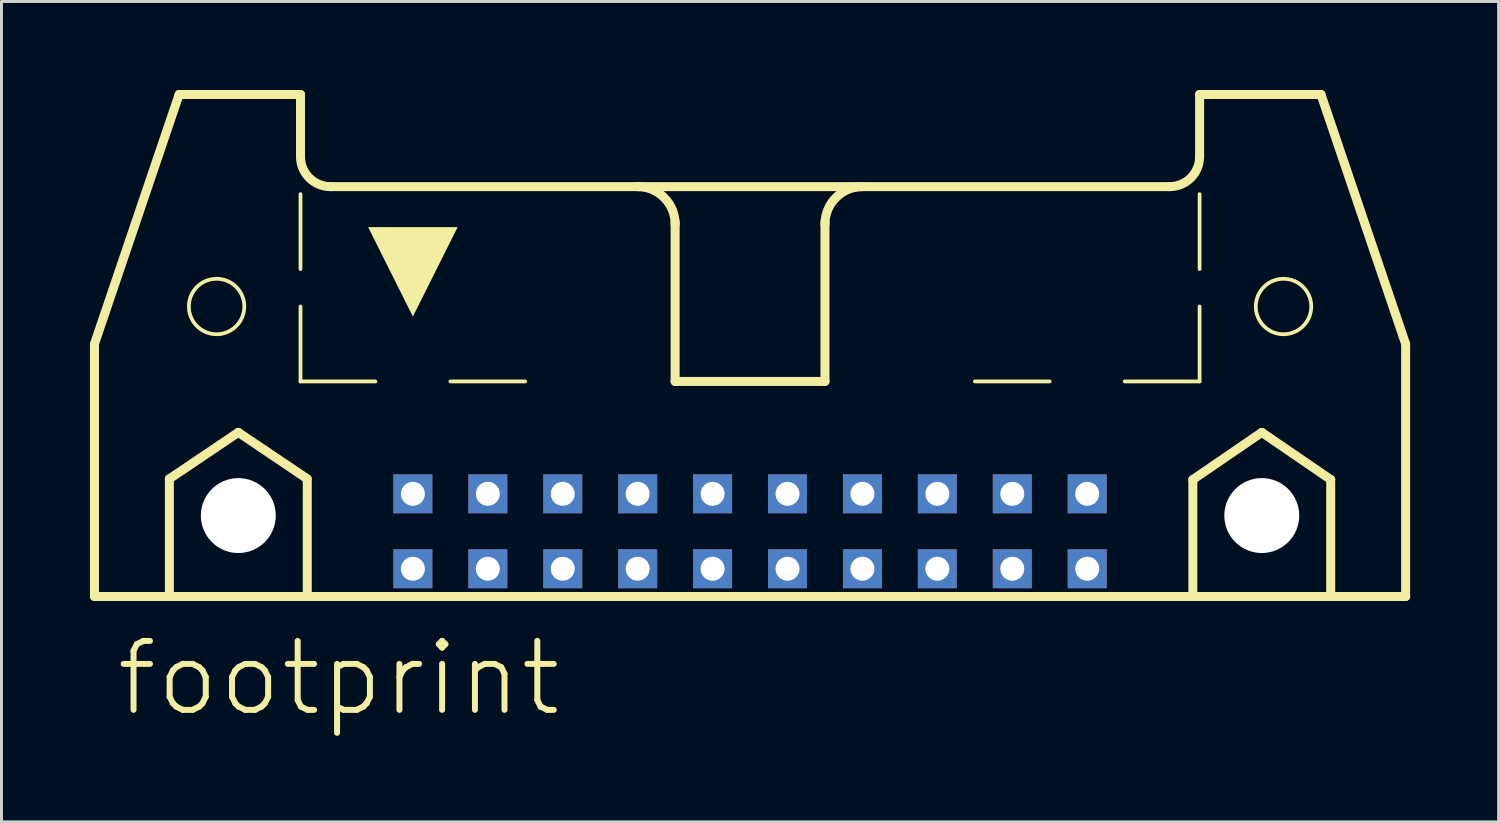
<source format=kicad_pcb>
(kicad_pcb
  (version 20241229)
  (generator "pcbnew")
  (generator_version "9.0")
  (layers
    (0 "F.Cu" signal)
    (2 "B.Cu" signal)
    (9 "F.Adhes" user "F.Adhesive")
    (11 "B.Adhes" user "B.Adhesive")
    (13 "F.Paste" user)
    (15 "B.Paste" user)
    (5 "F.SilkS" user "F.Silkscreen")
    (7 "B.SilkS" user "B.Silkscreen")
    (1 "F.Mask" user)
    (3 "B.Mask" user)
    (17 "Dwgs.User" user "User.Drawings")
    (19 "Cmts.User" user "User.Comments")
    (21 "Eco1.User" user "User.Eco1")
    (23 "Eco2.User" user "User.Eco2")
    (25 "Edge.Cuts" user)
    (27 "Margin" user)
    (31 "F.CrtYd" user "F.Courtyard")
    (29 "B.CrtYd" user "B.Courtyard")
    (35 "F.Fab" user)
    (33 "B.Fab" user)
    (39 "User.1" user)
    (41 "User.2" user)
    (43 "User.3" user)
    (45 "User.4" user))
  (footprint "footprint"
    (layer "F.Cu")
    (at 22.377 11.151)
    (property "Reference" "footprint" (at -21.59 10.16 0) (layer "F.SilkS") (effects (font (size 2.337 2.337) (thickness 0.203)) (justify left bottom)))
    (fp_line (start -22.225 -2.54) (end -22.225 6.02) (stroke (width 0.305) (type solid)) (layer "F.SilkS"))
    (fp_line (start -22.225 -2.54) (end -19.355 -10.998) (stroke (width 0.305) (type solid)) (layer "F.SilkS"))
    (fp_line (start -22.225 6.02) (end -19.685 6.02) (stroke (width 0.305) (type solid)) (layer "F.SilkS"))
    (fp_line (start -19.685 2.032) (end -17.348 0.457) (stroke (width 0.305) (type solid)) (layer "F.SilkS"))
    (fp_line (start -19.685 6.02) (end -19.685 2.032) (stroke (width 0.305) (type solid)) (layer "F.SilkS"))
    (fp_line (start -19.685 6.02) (end -15.011 6.02) (stroke (width 0.305) (type solid)) (layer "F.SilkS"))
    (fp_line (start -17.348 0.457) (end -15.011 2.032) (stroke (width 0.305) (type solid)) (layer "F.SilkS"))
    (fp_line (start -15.24 -10.998) (end -19.355 -10.998) (stroke (width 0.305) (type solid)) (layer "F.SilkS"))
    (fp_line (start -15.24 -8.89) (end -15.24 -10.998) (stroke (width 0.305) (type solid)) (layer "F.SilkS"))
    (fp_line (start -15.24 -5.08) (end -15.24 -7.62) (stroke (width 0.127) (type solid)) (layer "F.SilkS"))
    (fp_line (start -15.24 -1.27) (end -15.24 -3.81) (stroke (width 0.127) (type solid)) (layer "F.SilkS"))
    (fp_line (start -15.24 -1.27) (end -12.7 -1.27) (stroke (width 0.127) (type solid)) (layer "F.SilkS"))
    (fp_line (start -15.011 2.032) (end -15.011 6.02) (stroke (width 0.305) (type solid)) (layer "F.SilkS"))
    (fp_line (start -15.011 6.02) (end 15.011 6.02) (stroke (width 0.305) (type solid)) (layer "F.SilkS"))
    (fp_line (start -10.16 -1.27) (end -7.62 -1.27) (stroke (width 0.127) (type solid)) (layer "F.SilkS"))
    (fp_line (start -3.81 -7.874) (end -14.224 -7.874) (stroke (width 0.305) (type solid)) (layer "F.SilkS"))
    (fp_line (start -3.81 -7.874) (end 14.224 -7.874) (stroke (width 0.305) (type solid)) (layer "F.SilkS"))
    (fp_line (start -2.54 -1.27) (end -2.54 -6.68) (stroke (width 0.305) (type solid)) (layer "F.SilkS"))
    (fp_line (start 0 -1.27) (end 2.54 -1.27) (stroke (width 0.127) (type solid)) (layer "F.SilkS"))
    (fp_line (start 2.54 -1.27) (end -2.54 -1.27) (stroke (width 0.305) (type solid)) (layer "F.SilkS"))
    (fp_line (start 2.54 -1.27) (end 2.54 -6.68) (stroke (width 0.305) (type solid)) (layer "F.SilkS"))
    (fp_line (start 10.16 -1.27) (end 7.62 -1.27) (stroke (width 0.127) (type solid)) (layer "F.SilkS"))
    (fp_line (start 15.011 2.057) (end 17.348 0.457) (stroke (width 0.305) (type solid)) (layer "F.SilkS"))
    (fp_line (start 15.011 6.02) (end 15.011 2.057) (stroke (width 0.305) (type solid)) (layer "F.SilkS"))
    (fp_line (start 15.011 6.02) (end 19.685 6.02) (stroke (width 0.305) (type solid)) (layer "F.SilkS"))
    (fp_line (start 15.24 -10.998) (end 19.355 -10.998) (stroke (width 0.305) (type solid)) (layer "F.SilkS"))
    (fp_line (start 15.24 -8.89) (end 15.24 -10.998) (stroke (width 0.305) (type solid)) (layer "F.SilkS"))
    (fp_line (start 15.24 -5.08) (end 15.24 -7.62) (stroke (width 0.127) (type solid)) (layer "F.SilkS"))
    (fp_line (start 15.24 -1.27) (end 12.7 -1.27) (stroke (width 0.127) (type solid)) (layer "F.SilkS"))
    (fp_line (start 15.24 -1.27) (end 15.24 -3.81) (stroke (width 0.127) (type solid)) (layer "F.SilkS"))
    (fp_line (start 17.348 0.457) (end 19.685 2.057) (stroke (width 0.305) (type solid)) (layer "F.SilkS"))
    (fp_line (start 19.685 2.057) (end 19.685 6.02) (stroke (width 0.305) (type solid)) (layer "F.SilkS"))
    (fp_line (start 19.685 6.02) (end 22.225 6.02) (stroke (width 0.305) (type solid)) (layer "F.SilkS"))
    (fp_line (start 22.225 -2.54) (end 19.355 -10.998) (stroke (width 0.305) (type solid)) (layer "F.SilkS"))
    (fp_line (start 22.225 6.02) (end 22.225 -2.54) (stroke (width 0.305) (type solid)) (layer "F.SilkS"))
    (fp_arc (start -14.224 -7.874) (mid -14.94242 -8.17158) (end -15.24 -8.89) (stroke (width 0.3048) (type solid)) (layer "F.SilkS"))
    (fp_arc (start -3.81 -7.874) (mid -2.911974 -7.502026) (end -2.54 -6.604) (stroke (width 0.3048) (type solid)) (layer "F.SilkS"))
    (fp_arc (start 2.54 -6.604) (mid 2.911974 -7.502026) (end 3.81 -7.874) (stroke (width 0.3048) (type solid)) (layer "F.SilkS"))
    (fp_arc (start 15.24 -8.89) (mid 14.94242 -8.17158) (end 14.224 -7.874) (stroke (width 0.3048) (type solid)) (layer "F.SilkS"))
    (fp_circle (center -18.085 -3.81) (end -17.145 -3.81) (stroke (width 0.127) (type solid)) (fill no) (layer "F.SilkS"))
    (fp_circle (center 18.085 -3.81) (end 19.025 -3.81) (stroke (width 0.127) (type solid)) (fill no) (layer "F.SilkS"))
    (fp_poly (pts (xy -11.43 -3.469) (xy -12.947 -6.502) (xy -9.913 -6.502)) (stroke (width 0) (type solid)) (fill yes) (layer "F.SilkS"))
    (pad "" np_thru_hole circle (at -17.348 3.277) (size 2.54 2.54) (drill 2.54) (layers "*.Cu" "*.Mask"))
    (pad "" np_thru_hole circle (at 17.348 3.277) (size 2.54 2.54) (drill 2.54) (layers "*.Cu" "*.Mask"))
    (pad "1" thru_hole rect (at -11.43 5.08) (size 1.321 1.321) (drill 0.813) (layers "*.Cu" "*.Mask"))
    (pad "2" thru_hole rect (at -11.43 2.54) (size 1.321 1.321) (drill 0.813) (layers "*.Cu" "*.Mask"))
    (pad "3" thru_hole rect (at -8.89 5.08) (size 1.321 1.321) (drill 0.813) (layers "*.Cu" "*.Mask"))
    (pad "4" thru_hole rect (at -8.89 2.54) (size 1.321 1.321) (drill 0.813) (layers "*.Cu" "*.Mask"))
    (pad "5" thru_hole rect (at -6.35 5.08) (size 1.321 1.321) (drill 0.813) (layers "*.Cu" "*.Mask"))
    (pad "6" thru_hole rect (at -6.35 2.54) (size 1.321 1.321) (drill 0.813) (layers "*.Cu" "*.Mask"))
    (pad "7" thru_hole rect (at -3.81 5.08) (size 1.321 1.321) (drill 0.813) (layers "*.Cu" "*.Mask"))
    (pad "8" thru_hole rect (at -3.81 2.54) (size 1.321 1.321) (drill 0.813) (layers "*.Cu" "*.Mask"))
    (pad "9" thru_hole rect (at -1.27 5.08) (size 1.321 1.321) (drill 0.813) (layers "*.Cu" "*.Mask"))
    (pad "10" thru_hole rect (at -1.27 2.54) (size 1.321 1.321) (drill 0.813) (layers "*.Cu" "*.Mask"))
    (pad "11" thru_hole rect (at 1.27 5.08) (size 1.321 1.321) (drill 0.813) (layers "*.Cu" "*.Mask"))
    (pad "12" thru_hole rect (at 1.27 2.54) (size 1.321 1.321) (drill 0.813) (layers "*.Cu" "*.Mask"))
    (pad "13" thru_hole rect (at 3.81 5.08) (size 1.321 1.321) (drill 0.813) (layers "*.Cu" "*.Mask"))
    (pad "14" thru_hole rect (at 3.81 2.54) (size 1.321 1.321) (drill 0.813) (layers "*.Cu" "*.Mask"))
    (pad "15" thru_hole rect (at 6.35 5.08) (size 1.321 1.321) (drill 0.813) (layers "*.Cu" "*.Mask"))
    (pad "16" thru_hole rect (at 6.35 2.54) (size 1.321 1.321) (drill 0.813) (layers "*.Cu" "*.Mask"))
    (pad "17" thru_hole rect (at 8.89 5.08) (size 1.321 1.321) (drill 0.813) (layers "*.Cu" "*.Mask"))
    (pad "18" thru_hole rect (at 8.89 2.54) (size 1.321 1.321) (drill 0.813) (layers "*.Cu" "*.Mask"))
    (pad "19" thru_hole rect (at 11.43 5.08) (size 1.321 1.321) (drill 0.813) (layers "*.Cu" "*.Mask"))
    (pad "20" thru_hole rect (at 11.43 2.54) (size 1.321 1.321) (drill 0.813) (layers "*.Cu" "*.Mask"))
    (zone (net_name "") (layer "B.Cu") (hatch edge 0.508) (connect_pads) (min_thickness 0.254) (filled_areas_thickness no) (keepout (tracks not_allowed) (vias not_allowed) (pads not_allowed) (copperpour not_allowed) (footprints allowed)) (placement (enabled no)) (fill) (polygon (pts (xy 7.595 14.427) (xy 7.556 13.982) (xy 7.44 13.55) (xy 7.251 13.145) (xy 6.994 12.778) (xy 6.678 12.462) (xy 6.312 12.205) (xy 5.907 12.017) (xy 5.475 11.901) (xy 5.029 11.862) (xy 4.584 11.901) (xy 4.152 12.017) (xy 3.747 12.205) (xy 3.38 12.462) (xy 3.064 12.778) (xy 2.807 13.145) (xy 2.619 13.55) (xy 2.503 13.982) (xy 2.464 14.427) (xy 2.503 14.873) (xy 2.619 15.305) (xy 2.807 15.71) (xy 3.064 16.076) (xy 3.38 16.392) (xy 3.747 16.649) (xy 4.152 16.838) (xy 4.584 16.954) (xy 5.029 16.993) (xy 5.475 16.954) (xy 5.907 16.838) (xy 6.312 16.649) (xy 6.678 16.392) (xy 6.994 16.076) (xy 7.251 15.71) (xy 7.44 15.305) (xy 7.556 14.873))) (polygon (pts (xy 6.325 14.427) (xy 6.305 14.202) (xy 6.246 13.984) (xy 6.151 13.78) (xy 6.022 13.595) (xy 5.862 13.435) (xy 5.677 13.305) (xy 5.472 13.21) (xy 5.254 13.151) (xy 5.029 13.132) (xy 4.804 13.151) (xy 4.586 13.21) (xy 4.381 13.305) (xy 4.197 13.435) (xy 4.037 13.595) (xy 3.907 13.78) (xy 3.812 13.984) (xy 3.753 14.202) (xy 3.734 14.427) (xy 3.753 14.652) (xy 3.812 14.87) (xy 3.907 15.075) (xy 4.037 15.26) (xy 4.197 15.42) (xy 4.381 15.549) (xy 4.586 15.644) (xy 4.804 15.703) (xy 5.029 15.723) (xy 5.254 15.703) (xy 5.472 15.644) (xy 5.677 15.549) (xy 5.862 15.42) (xy 6.022 15.26) (xy 6.151 15.075) (xy 6.246 14.87) (xy 6.305 14.652))))
    (zone (net_name "") (layer "B.Cu") (hatch edge 0.508) (connect_pads) (min_thickness 0.254) (filled_areas_thickness no) (keepout (tracks not_allowed) (vias not_allowed) (pads not_allowed) (copperpour not_allowed) (footprints allowed)) (placement (enabled no)) (fill) (polygon (pts (xy 42.291 14.427) (xy 42.252 13.982) (xy 42.136 13.55) (xy 41.947 13.145) (xy 41.691 12.778) (xy 41.375 12.462) (xy 41.008 12.205) (xy 40.603 12.017) (xy 40.171 11.901) (xy 39.726 11.862) (xy 39.28 11.901) (xy 38.848 12.017) (xy 38.443 12.205) (xy 38.077 12.462) (xy 37.76 12.778) (xy 37.504 13.145) (xy 37.315 13.55) (xy 37.199 13.982) (xy 37.16 14.427) (xy 37.199 14.873) (xy 37.315 15.305) (xy 37.504 15.71) (xy 37.76 16.076) (xy 38.077 16.392) (xy 38.443 16.649) (xy 38.848 16.838) (xy 39.28 16.954) (xy 39.726 16.993) (xy 40.171 16.954) (xy 40.603 16.838) (xy 41.008 16.649) (xy 41.375 16.392) (xy 41.691 16.076) (xy 41.947 15.71) (xy 42.136 15.305) (xy 42.252 14.873))) (polygon (pts (xy 41.021 14.427) (xy 41.001 14.202) (xy 40.943 13.984) (xy 40.847 13.78) (xy 40.718 13.595) (xy 40.558 13.435) (xy 40.373 13.305) (xy 40.169 13.21) (xy 39.951 13.151) (xy 39.726 13.132) (xy 39.501 13.151) (xy 39.283 13.21) (xy 39.078 13.305) (xy 38.893 13.435) (xy 38.733 13.595) (xy 38.604 13.78) (xy 38.508 13.984) (xy 38.45 14.202) (xy 38.43 14.427) (xy 38.45 14.652) (xy 38.508 14.87) (xy 38.604 15.075) (xy 38.733 15.26) (xy 38.893 15.42) (xy 39.078 15.549) (xy 39.283 15.644) (xy 39.501 15.703) (xy 39.726 15.723) (xy 39.951 15.703) (xy 40.169 15.644) (xy 40.373 15.549) (xy 40.558 15.42) (xy 40.718 15.26) (xy 40.847 15.075) (xy 40.943 14.87) (xy 41.001 14.652)))))
  (gr_rect
    (start -3 -3)
    (end 47.755 24.811)
    (stroke (width 0.1) (type default))
    (fill no)
    (layer "Edge.Cuts")))
</source>
